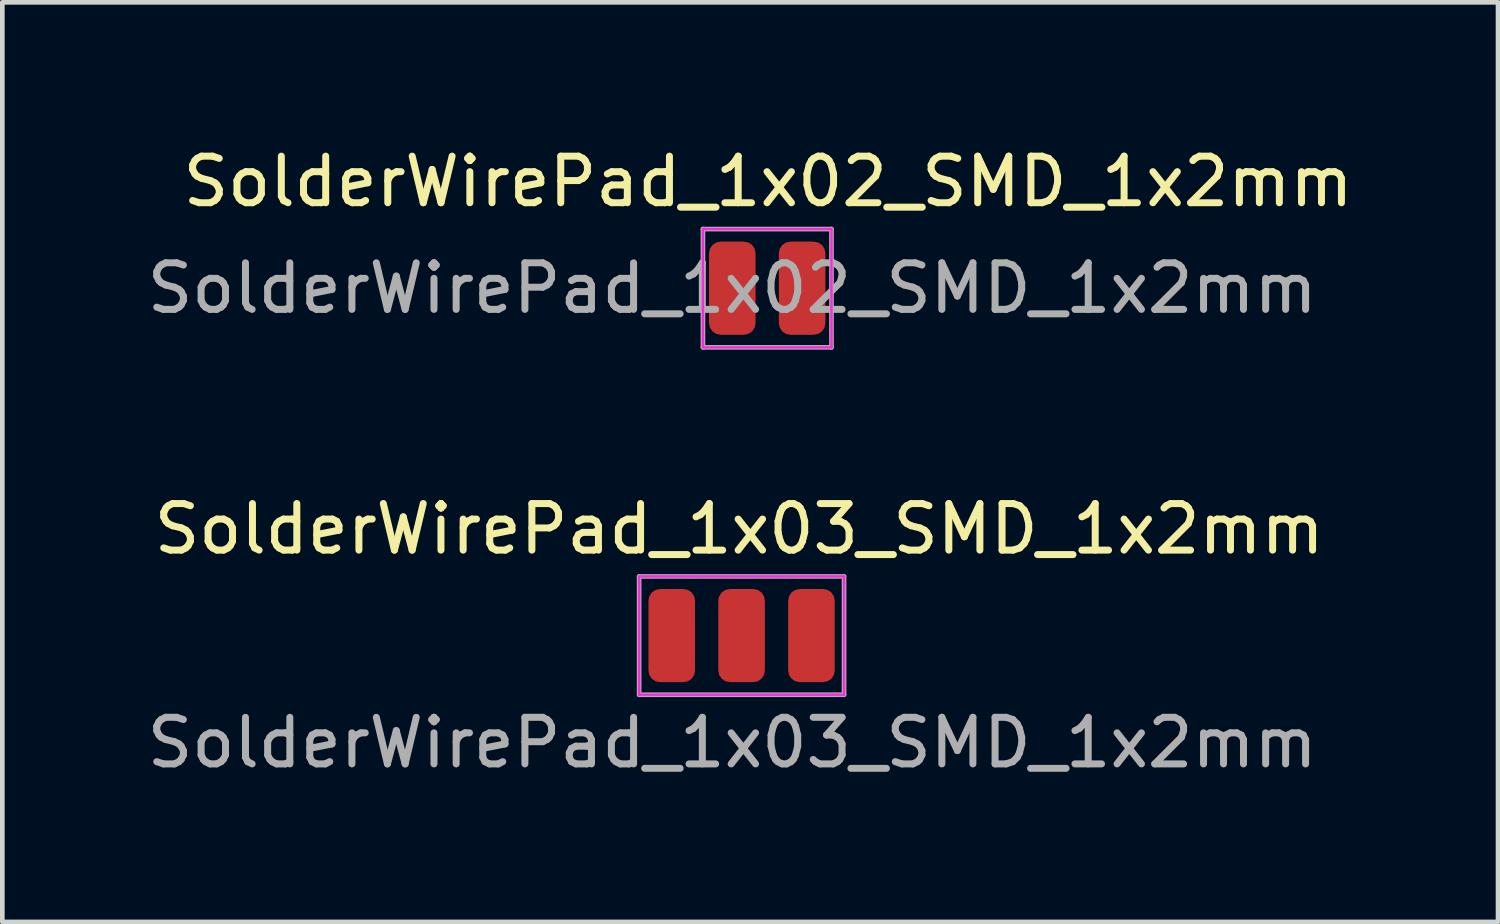
<source format=kicad_pcb>
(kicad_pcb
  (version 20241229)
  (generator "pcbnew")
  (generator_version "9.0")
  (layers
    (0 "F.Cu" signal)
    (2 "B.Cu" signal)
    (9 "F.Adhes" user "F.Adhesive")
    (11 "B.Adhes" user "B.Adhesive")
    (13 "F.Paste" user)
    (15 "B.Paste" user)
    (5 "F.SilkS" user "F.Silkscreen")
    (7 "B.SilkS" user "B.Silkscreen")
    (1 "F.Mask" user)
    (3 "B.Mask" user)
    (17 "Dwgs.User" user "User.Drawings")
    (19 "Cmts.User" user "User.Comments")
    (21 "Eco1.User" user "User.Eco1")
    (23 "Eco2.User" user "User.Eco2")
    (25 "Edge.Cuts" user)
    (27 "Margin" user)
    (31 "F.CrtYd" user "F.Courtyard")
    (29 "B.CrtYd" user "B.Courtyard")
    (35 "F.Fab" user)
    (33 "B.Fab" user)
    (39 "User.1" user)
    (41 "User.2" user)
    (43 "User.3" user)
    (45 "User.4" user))
  (footprint "SolderWirePad_1x03_SMD_1x2mm"
    (layer "F.Cu")
    (at 11.373 10.597)
    (property "Reference" "SolderWirePad_1x03_SMD_1x2mm" (at 1.45 -2.29 0) (layer "F.SilkS") (effects (font (size 1 1) (thickness 0.15))))
    (attr exclude_from_pos_files exclude_from_bom)
    (fp_line (start -0.7 -1.27) (end -0.7 1.27) (stroke (width 0.05) (type solid)) (layer "F.CrtYd"))
    (fp_line (start -0.7 1.27) (end 3.7 1.27) (stroke (width 0.05) (type solid)) (layer "F.CrtYd"))
    (fp_line (start 3.7 -1.27) (end -0.7 -1.27) (stroke (width 0.05) (type solid)) (layer "F.CrtYd"))
    (fp_line (start 3.7 1.27) (end 3.7 -1.27) (stroke (width 0.05) (type solid)) (layer "F.CrtYd"))
    (fp_line (start -0.7 -1.27) (end 3.7 -1.27) (stroke (width 0.1) (type solid)) (layer "F.Fab"))
    (fp_line (start -0.7 1.27) (end -0.7 -1.27) (stroke (width 0.1) (type solid)) (layer "F.Fab"))
    (fp_line (start 3.7 -1.27) (end 3.7 1.27) (stroke (width 0.1) (type solid)) (layer "F.Fab"))
    (fp_line (start 3.7 1.27) (end -0.7 1.27) (stroke (width 0.1) (type solid)) (layer "F.Fab"))
    (fp_text user "${REFERENCE}" (at 1.3 2.3 0) (layer "F.Fab") (effects (font (size 1 1) (thickness 0.15))))
    (pad "1" smd roundrect (at 0 0) (size 1 2) (layers "F.Cu" "F.Mask" "F.Paste") (roundrect_rratio 0.25))
    (pad "2" smd roundrect (at 1.5 0) (size 1 2) (layers "F.Cu" "F.Mask" "F.Paste") (roundrect_rratio 0.25))
    (pad "3" smd roundrect (at 3 0) (size 1 2) (layers "F.Cu" "F.Mask" "F.Paste") (roundrect_rratio 0.25)))
  (footprint "SolderWirePad_1x02_SMD_1x2mm"
    (layer "F.Cu")
    (at 12.673 3.138)
    (property "Reference" "SolderWirePad_1x02_SMD_1x2mm" (at 0.77 -2.29 0) (layer "F.SilkS") (effects (font (size 1 1) (thickness 0.15))))
    (attr exclude_from_pos_files exclude_from_bom)
    (fp_line (start -0.63 -1.27) (end -0.63 1.27) (stroke (width 0.05) (type solid)) (layer "F.CrtYd"))
    (fp_line (start -0.63 1.27) (end 2.13 1.27) (stroke (width 0.05) (type solid)) (layer "F.CrtYd"))
    (fp_line (start 2.13 -1.27) (end -0.63 -1.27) (stroke (width 0.05) (type solid)) (layer "F.CrtYd"))
    (fp_line (start 2.13 1.27) (end 2.13 -1.27) (stroke (width 0.05) (type solid)) (layer "F.CrtYd"))
    (fp_line (start -0.63 -1.27) (end 2.13 -1.27) (stroke (width 0.1) (type solid)) (layer "F.Fab"))
    (fp_line (start -0.63 1.27) (end -0.63 -1.27) (stroke (width 0.1) (type solid)) (layer "F.Fab"))
    (fp_line (start 2.13 -1.27) (end 2.13 1.27) (stroke (width 0.1) (type solid)) (layer "F.Fab"))
    (fp_line (start 2.13 1.27) (end -0.63 1.27) (stroke (width 0.1) (type solid)) (layer "F.Fab"))
    (fp_text user "${REFERENCE}" (at 0 0 0) (layer "F.Fab") (effects (font (size 1 1) (thickness 0.15))))
    (pad "1" smd roundrect (at 0 0) (size 1 2) (layers "F.Cu" "F.Mask" "F.Paste") (roundrect_rratio 0.25))
    (pad "2" smd roundrect (at 1.5 0) (size 1 2) (layers "F.Cu" "F.Mask" "F.Paste") (roundrect_rratio 0.25)))
  (gr_rect
    (start -3 -3)
    (end 29.115 16.745)
    (stroke (width 0.1) (type default))
    (fill no)
    (layer "Edge.Cuts")))
</source>
